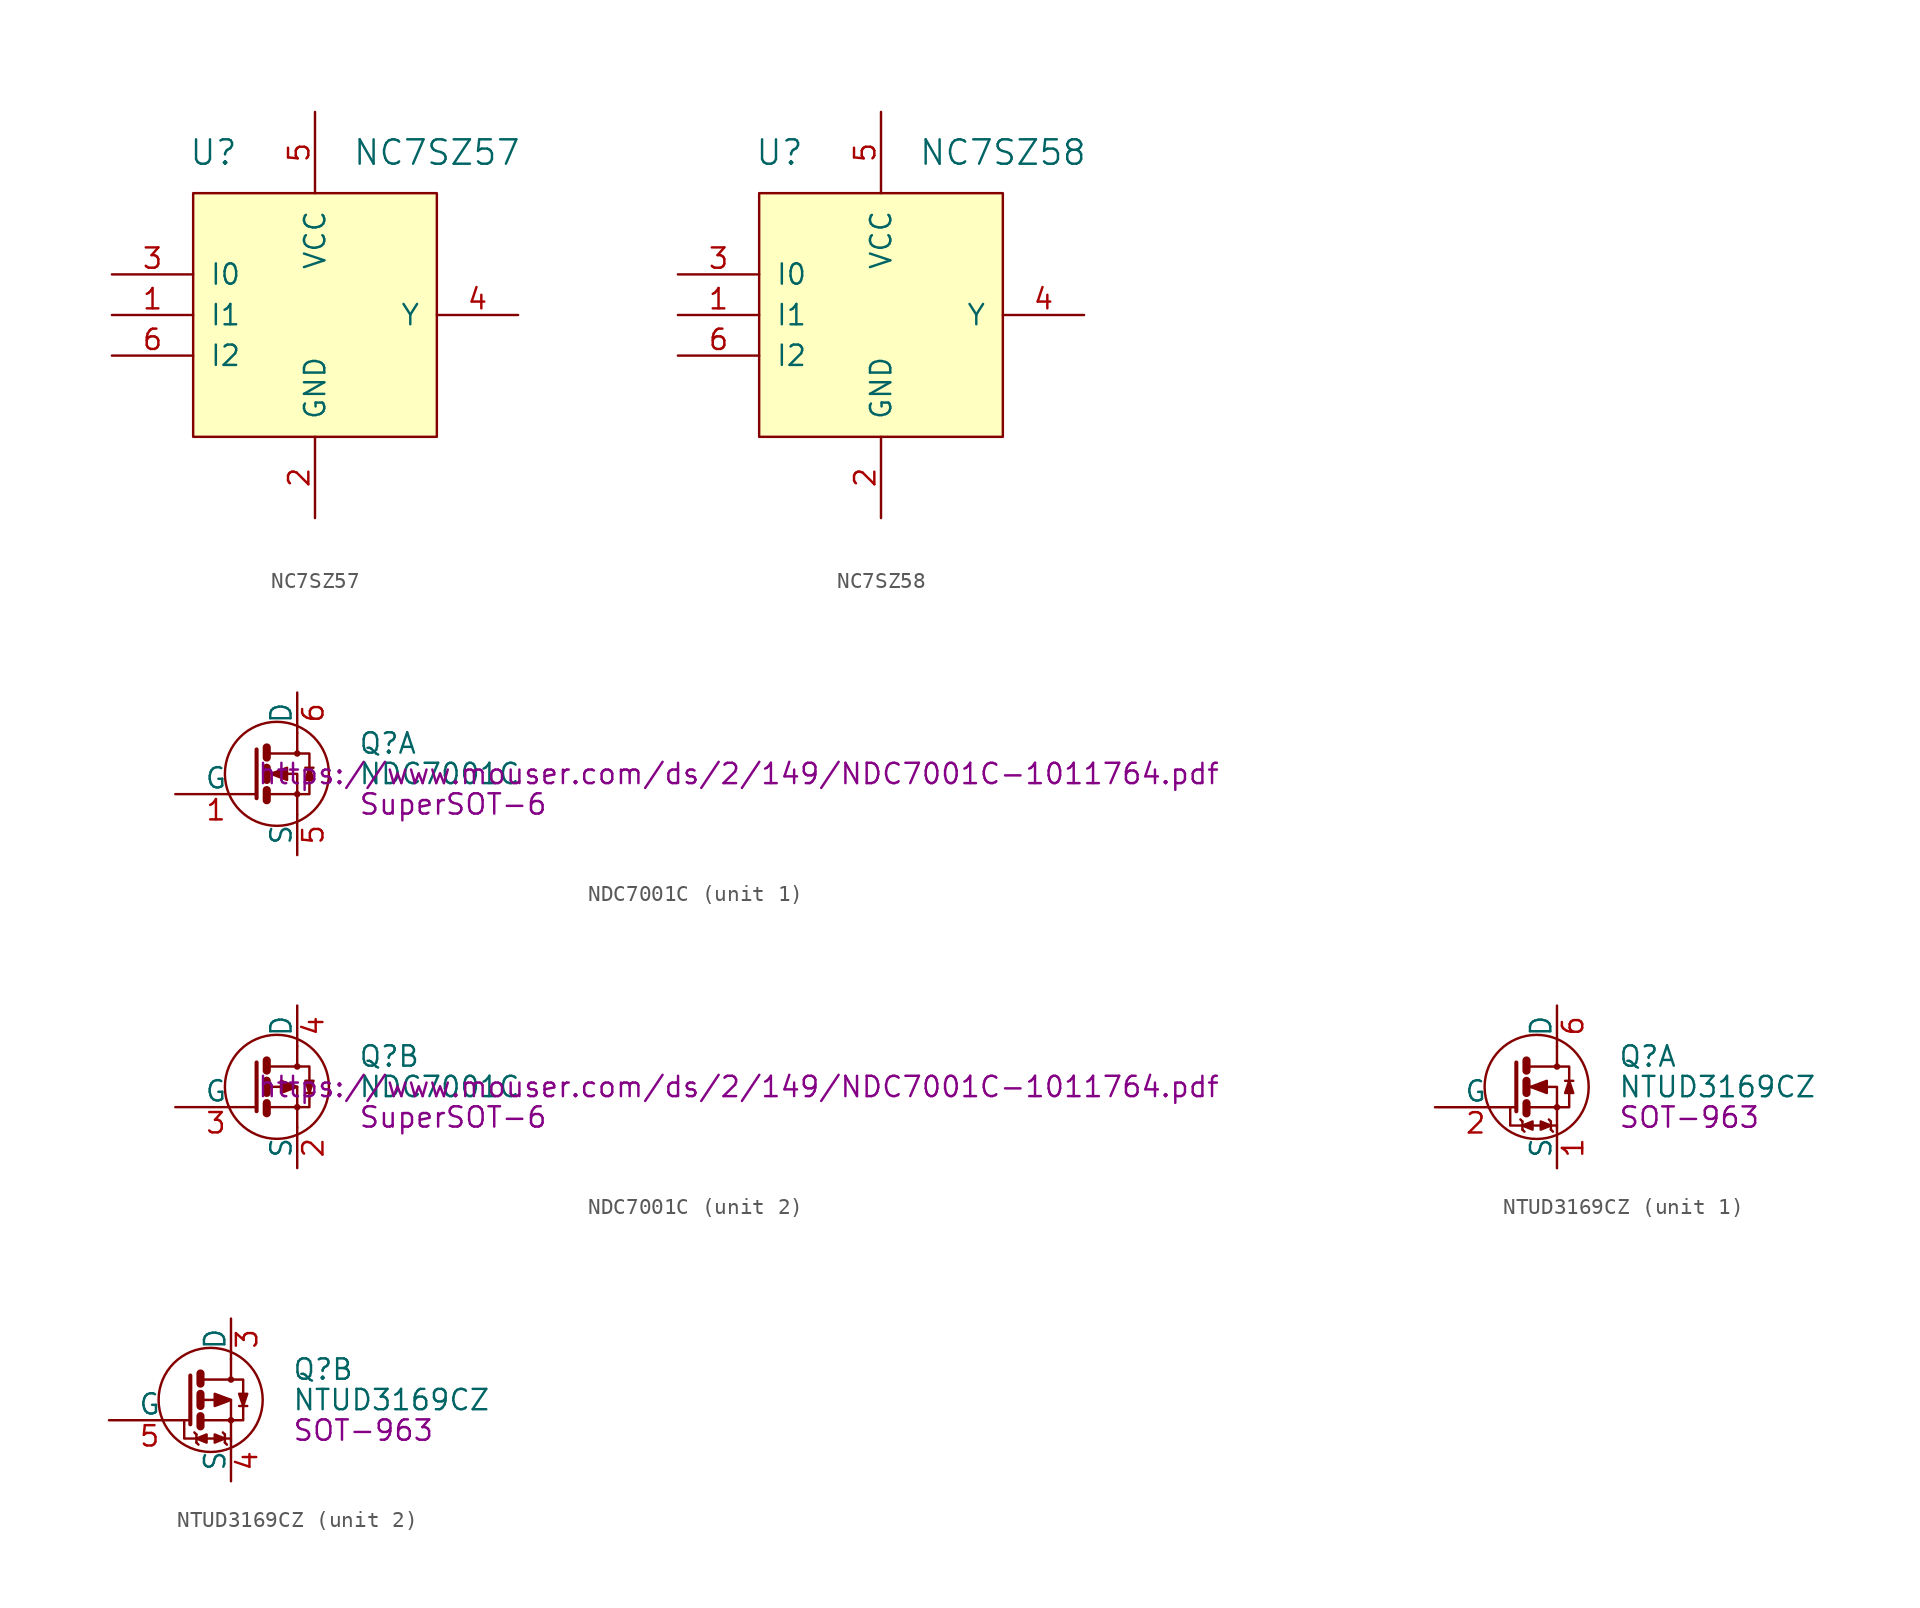
<source format=kicad_sym>
(kicad_symbol_lib
  (version 20241209)
  (generator "kicad_symbol_editor")
  (generator_version "9.0")
  (symbol "NC7SZ57"
    (pin_names
      (offset 1.016))
    (property "Reference" "U"
      (at -6.35 10.16 0)
      (effects (font (size 1.524 1.524))))
    (property "Value" "NC7SZ57"
      (at 7.62 10.16 0)
      (effects (font (size 1.524 1.524))))
    (symbol "NC7SZ57_0_1"
      (rectangle (start -7.62 7.62) (end 7.62 -7.62) (stroke (width 0) (type solid)) (fill (type background))))
    (symbol "NC7SZ57_1_1"
      (pin input line (at -12.7 2.54 0) (length 5.08) (name "I0" (effects (font (size 1.27 1.27)))) (number "3" (effects (font (size 1.27 1.27)))))
      (pin input line (at -12.7 0 0) (length 5.08) (name "I1" (effects (font (size 1.27 1.27)))) (number "1" (effects (font (size 1.27 1.27)))))
      (pin input line (at -12.7 -2.54 0) (length 5.08) (name "I2" (effects (font (size 1.27 1.27)))) (number "6" (effects (font (size 1.27 1.27)))))
      (pin input line (at 0 12.7 270) (length 5.08) (name "VCC" (effects (font (size 1.27 1.27)))) (number "5" (effects (font (size 1.27 1.27)))))
      (pin input line (at 0 -12.7 90) (length 5.08) (name "GND" (effects (font (size 1.27 1.27)))) (number "2" (effects (font (size 1.27 1.27)))))
      (pin input line (at 12.7 0 180) (length 5.08) (name "Y" (effects (font (size 1.27 1.27)))) (number "4" (effects (font (size 1.27 1.27)))))))
  (symbol "NC7SZ58"
    (pin_names
      (offset 1.016))
    (property "Reference" "U"
      (at -6.35 10.16 0)
      (effects (font (size 1.524 1.524))))
    (property "Value" "NC7SZ58"
      (at 7.62 10.16 0)
      (effects (font (size 1.524 1.524))))
    (symbol "NC7SZ58_0_1"
      (rectangle (start -7.62 7.62) (end 7.62 -7.62) (stroke (width 0) (type solid)) (fill (type background))))
    (symbol "NC7SZ58_1_1"
      (pin input line (at -12.7 2.54 0) (length 5.08) (name "I0" (effects (font (size 1.27 1.27)))) (number "3" (effects (font (size 1.27 1.27)))))
      (pin input line (at -12.7 0 0) (length 5.08) (name "I1" (effects (font (size 1.27 1.27)))) (number "1" (effects (font (size 1.27 1.27)))))
      (pin input line (at -12.7 -2.54 0) (length 5.08) (name "I2" (effects (font (size 1.27 1.27)))) (number "6" (effects (font (size 1.27 1.27)))))
      (pin input line (at 0 12.7 270) (length 5.08) (name "VCC" (effects (font (size 1.27 1.27)))) (number "5" (effects (font (size 1.27 1.27)))))
      (pin input line (at 0 -12.7 90) (length 5.08) (name "GND" (effects (font (size 1.27 1.27)))) (number "2" (effects (font (size 1.27 1.27)))))
      (pin input line (at 12.7 0 180) (length 5.08) (name "Y" (effects (font (size 1.27 1.27)))) (number "4" (effects (font (size 1.27 1.27)))))))
  (symbol "NDC7001C"
    (pin_names
      (offset 0))
    (property "Reference" "Q"
      (at 6.35 1.905 0)
      (effects (font (size 1.27 1.27)) (justify left)))
    (property "Value" "NDC7001C"
      (at 6.35 0 0)
      (effects (font (size 1.27 1.27)) (justify left)))
    (property "Footprint" "SuperSOT-6"
      (at 6.35 -1.905 0)
      (effects (font (size 1.27 1.27)) (justify left)))
    (property "Datasheet" "https://www.mouser.com/ds/2/149/NDC7001C-1011764.pdf"
      (at 0 0 0)
      (effects (font (size 1.27 1.27)) (justify left)))
    (property "ki_locked" ""
      (at 0 0 0)
      (effects (font (size 1.27 1.27))))
    (symbol "NDC7001C_0_1"
      (polyline (pts (xy 0 1.524) (xy 0 -1.524) (xy 0 -1.524)) (stroke (width 0.254) (type solid)) (fill (type none)))
      (polyline (pts (xy 0.635 1.651) (xy 0.635 1.016)) (stroke (width 0.508) (type solid)) (fill (type none)))
      (polyline (pts (xy 0.635 0.381) (xy 0.635 -0.381)) (stroke (width 0.508) (type solid)) (fill (type none)))
      (polyline (pts (xy 0.635 -1.016) (xy 0.635 -1.651)) (stroke (width 0.508) (type solid)) (fill (type none)))
      (polyline (pts (xy 0.762 1.27) (xy 2.54 1.27) (xy 2.54 2.54) (xy 2.54 2.54)) (stroke (width 0) (type solid)) (fill (type none)))
      (polyline (pts (xy 0.762 0) (xy 1.27 0) (xy 2.54 0) (xy 2.54 -1.27) (xy 2.54 -1.27)) (stroke (width 0) (type solid)) (fill (type none)))
      (polyline (pts (xy 0.762 -1.27) (xy 2.54 -1.27) (xy 2.54 -2.54) (xy 2.54 -2.54)) (stroke (width 0) (type solid)) (fill (type none)))
      (circle (center 1.27 0) (radius 3.251) (stroke (width 0) (type solid)) (fill (type none)))
      (polyline (pts (xy 2.54 1.27) (xy 3.302 1.27) (xy 3.302 -1.27) (xy 2.54 -1.27)) (stroke (width 0) (type solid)) (fill (type none)))
      (circle (center 2.54 1.27) (radius 0.127) (stroke (width 0) (type solid)) (fill (type none)))
      (circle (center 2.54 -1.27) (radius 0.127) (stroke (width 0) (type solid)) (fill (type none))))
    (symbol "NDC7001C_1_1"
      (polyline (pts (xy 0.889 0) (xy 1.905 0.381) (xy 1.905 -0.381) (xy 0.889 0) (xy 1.016 0) (xy 1.016 0)) (stroke (width 0) (type solid)) (fill (type outline)))
      (polyline (pts (xy 3.048 0.381) (xy 3.556 0.381)) (stroke (width 0) (type solid)) (fill (type none)))
      (polyline (pts (xy 3.302 0.381) (xy 3.048 -0.381) (xy 3.556 -0.381) (xy 3.302 0.381)) (stroke (width 0) (type solid)) (fill (type outline)))
      (pin input line (at -5.08 -1.27 0) (length 5.08) (name "G" (effects (font (size 1.27 1.27)))) (number "1" (effects (font (size 1.27 1.27)))))
      (pin passive line (at 2.54 5.08 270) (length 2.54) (name "D" (effects (font (size 1.27 1.27)))) (number "6" (effects (font (size 1.27 1.27)))))
      (pin passive line (at 2.54 -5.08 90) (length 2.54) (name "S" (effects (font (size 1.27 1.27)))) (number "5" (effects (font (size 1.27 1.27))))))
    (symbol "NDC7001C_2_1"
      (polyline (pts (xy 2.54 0) (xy 1.524 0.381) (xy 1.524 -0.381) (xy 2.54 0)) (stroke (width 0) (type solid)) (fill (type outline)))
      (polyline (pts (xy 3.048 -0.381) (xy 3.556 -0.381)) (stroke (width 0) (type solid)) (fill (type none)))
      (polyline (pts (xy 3.302 -0.381) (xy 3.048 0.381) (xy 3.556 0.381) (xy 3.302 -0.381)) (stroke (width 0) (type solid)) (fill (type outline)))
      (pin input line (at -5.08 -1.27 0) (length 5.08) (name "G" (effects (font (size 1.27 1.27)))) (number "3" (effects (font (size 1.27 1.27)))))
      (pin passive line (at 2.54 5.08 270) (length 2.54) (name "D" (effects (font (size 1.27 1.27)))) (number "4" (effects (font (size 1.27 1.27)))))
      (pin passive line (at 2.54 -5.08 90) (length 2.54) (name "S" (effects (font (size 1.27 1.27)))) (number "2" (effects (font (size 1.27 1.27)))))))
  (symbol "NTUD3169CZ"
    (pin_names
      (offset 0))
    (property "Reference" "Q"
      (at 6.35 1.905 0)
      (effects (font (size 1.27 1.27)) (justify left)))
    (property "Value" "NTUD3169CZ"
      (at 6.35 0 0)
      (effects (font (size 1.27 1.27)) (justify left)))
    (property "Footprint" "SOT-963"
      (at 6.35 -1.905 0)
      (effects (font (size 1.27 1.27)) (justify left)))
    (property "Datasheet" ""
      (at 0 0 0)
      (effects (font (size 1.27 1.27)) (justify left)))
    (property "ki_locked" ""
      (at 0 0 0)
      (effects (font (size 1.27 1.27))))
    (symbol "NTUD3169CZ_0_1"
      (polyline (pts (xy 0 1.524) (xy 0 -1.524) (xy 0 -1.524)) (stroke (width 0.254) (type solid)) (fill (type none)))
      (polyline (pts (xy 0.381 -2.159) (xy 0.254 -2.032)) (stroke (width 0) (type solid)) (fill (type none)))
      (polyline (pts (xy 0.381 -2.413) (xy 1.016 -2.667) (xy 1.016 -2.159) (xy 0.381 -2.413)) (stroke (width 0) (type solid)) (fill (type outline)))
      (polyline (pts (xy 0.381 -2.667) (xy 0.381 -2.159)) (stroke (width 0) (type solid)) (fill (type none)))
      (polyline (pts (xy 0.381 -2.667) (xy 0.508 -2.794)) (stroke (width 0) (type solid)) (fill (type none)))
      (polyline (pts (xy 0.635 1.651) (xy 0.635 1.016)) (stroke (width 0.508) (type solid)) (fill (type none)))
      (polyline (pts (xy 0.635 0.381) (xy 0.635 -0.381)) (stroke (width 0.508) (type solid)) (fill (type none)))
      (polyline (pts (xy 0.635 -1.016) (xy 0.635 -1.651)) (stroke (width 0.508) (type solid)) (fill (type none)))
      (polyline (pts (xy 0.762 1.27) (xy 2.54 1.27) (xy 2.54 2.54) (xy 2.54 2.54)) (stroke (width 0) (type solid)) (fill (type none)))
      (polyline (pts (xy 0.762 0) (xy 1.27 0) (xy 2.54 0) (xy 2.54 -1.27) (xy 2.54 -1.27)) (stroke (width 0) (type solid)) (fill (type none)))
      (polyline (pts (xy 0.762 -1.27) (xy 2.54 -1.27) (xy 2.54 -2.54) (xy 2.54 -2.54)) (stroke (width 0) (type solid)) (fill (type none)))
      (circle (center 1.27 0) (radius 3.251) (stroke (width 0) (type solid)) (fill (type none)))
      (polyline (pts (xy 2.159 -2.159) (xy 2.032 -2.032)) (stroke (width 0) (type solid)) (fill (type none)))
      (polyline (pts (xy 2.159 -2.413) (xy 1.524 -2.667) (xy 1.524 -2.159) (xy 2.159 -2.413)) (stroke (width 0) (type solid)) (fill (type outline)))
      (polyline (pts (xy 2.159 -2.667) (xy 2.159 -2.159)) (stroke (width 0) (type solid)) (fill (type none)))
      (polyline (pts (xy 2.159 -2.667) (xy 2.286 -2.794)) (stroke (width 0) (type solid)) (fill (type none)))
      (polyline (pts (xy 2.54 1.27) (xy 3.302 1.27) (xy 3.302 -1.27) (xy 2.54 -1.27)) (stroke (width 0) (type solid)) (fill (type none)))
      (circle (center 2.54 1.27) (radius 0.127) (stroke (width 0) (type solid)) (fill (type none)))
      (circle (center 2.54 -1.27) (radius 0.127) (stroke (width 0) (type solid)) (fill (type none)))
      (polyline (pts (xy 2.54 -2.413) (xy -0.381 -2.413) (xy -0.381 -1.27)) (stroke (width 0) (type solid)) (fill (type none))))
    (symbol "NTUD3169CZ_1_1"
      (polyline (pts (xy 0.889 0) (xy 1.905 0.381) (xy 1.905 -0.381) (xy 0.889 0) (xy 1.016 0) (xy 1.016 0)) (stroke (width 0) (type solid)) (fill (type outline)))
      (polyline (pts (xy 3.048 0.381) (xy 3.556 0.381)) (stroke (width 0) (type solid)) (fill (type none)))
      (polyline (pts (xy 3.302 0.381) (xy 3.048 -0.381) (xy 3.556 -0.381) (xy 3.302 0.381)) (stroke (width 0) (type solid)) (fill (type outline)))
      (pin input line (at -5.08 -1.27 0) (length 5.08) (name "G" (effects (font (size 1.27 1.27)))) (number "2" (effects (font (size 1.27 1.27)))))
      (pin passive line (at 2.54 5.08 270) (length 2.54) (name "D" (effects (font (size 1.27 1.27)))) (number "6" (effects (font (size 1.27 1.27)))))
      (pin passive line (at 2.54 -5.08 90) (length 2.54) (name "S" (effects (font (size 1.27 1.27)))) (number "1" (effects (font (size 1.27 1.27))))))
    (symbol "NTUD3169CZ_2_1"
      (polyline (pts (xy 2.54 0) (xy 1.524 0.381) (xy 1.524 -0.381) (xy 2.54 0)) (stroke (width 0) (type solid)) (fill (type outline)))
      (polyline (pts (xy 3.048 -0.381) (xy 3.556 -0.381)) (stroke (width 0) (type solid)) (fill (type none)))
      (polyline (pts (xy 3.302 -0.381) (xy 3.048 0.381) (xy 3.556 0.381) (xy 3.302 -0.381)) (stroke (width 0) (type solid)) (fill (type outline)))
      (pin input line (at -5.08 -1.27 0) (length 5.08) (name "G" (effects (font (size 1.27 1.27)))) (number "5" (effects (font (size 1.27 1.27)))))
      (pin passive line (at 2.54 5.08 270) (length 2.54) (name "D" (effects (font (size 1.27 1.27)))) (number "3" (effects (font (size 1.27 1.27)))))
      (pin passive line (at 2.54 -5.08 90) (length 2.54) (name "S" (effects (font (size 1.27 1.27)))) (number "4" (effects (font (size 1.27 1.27))))))))
</source>
